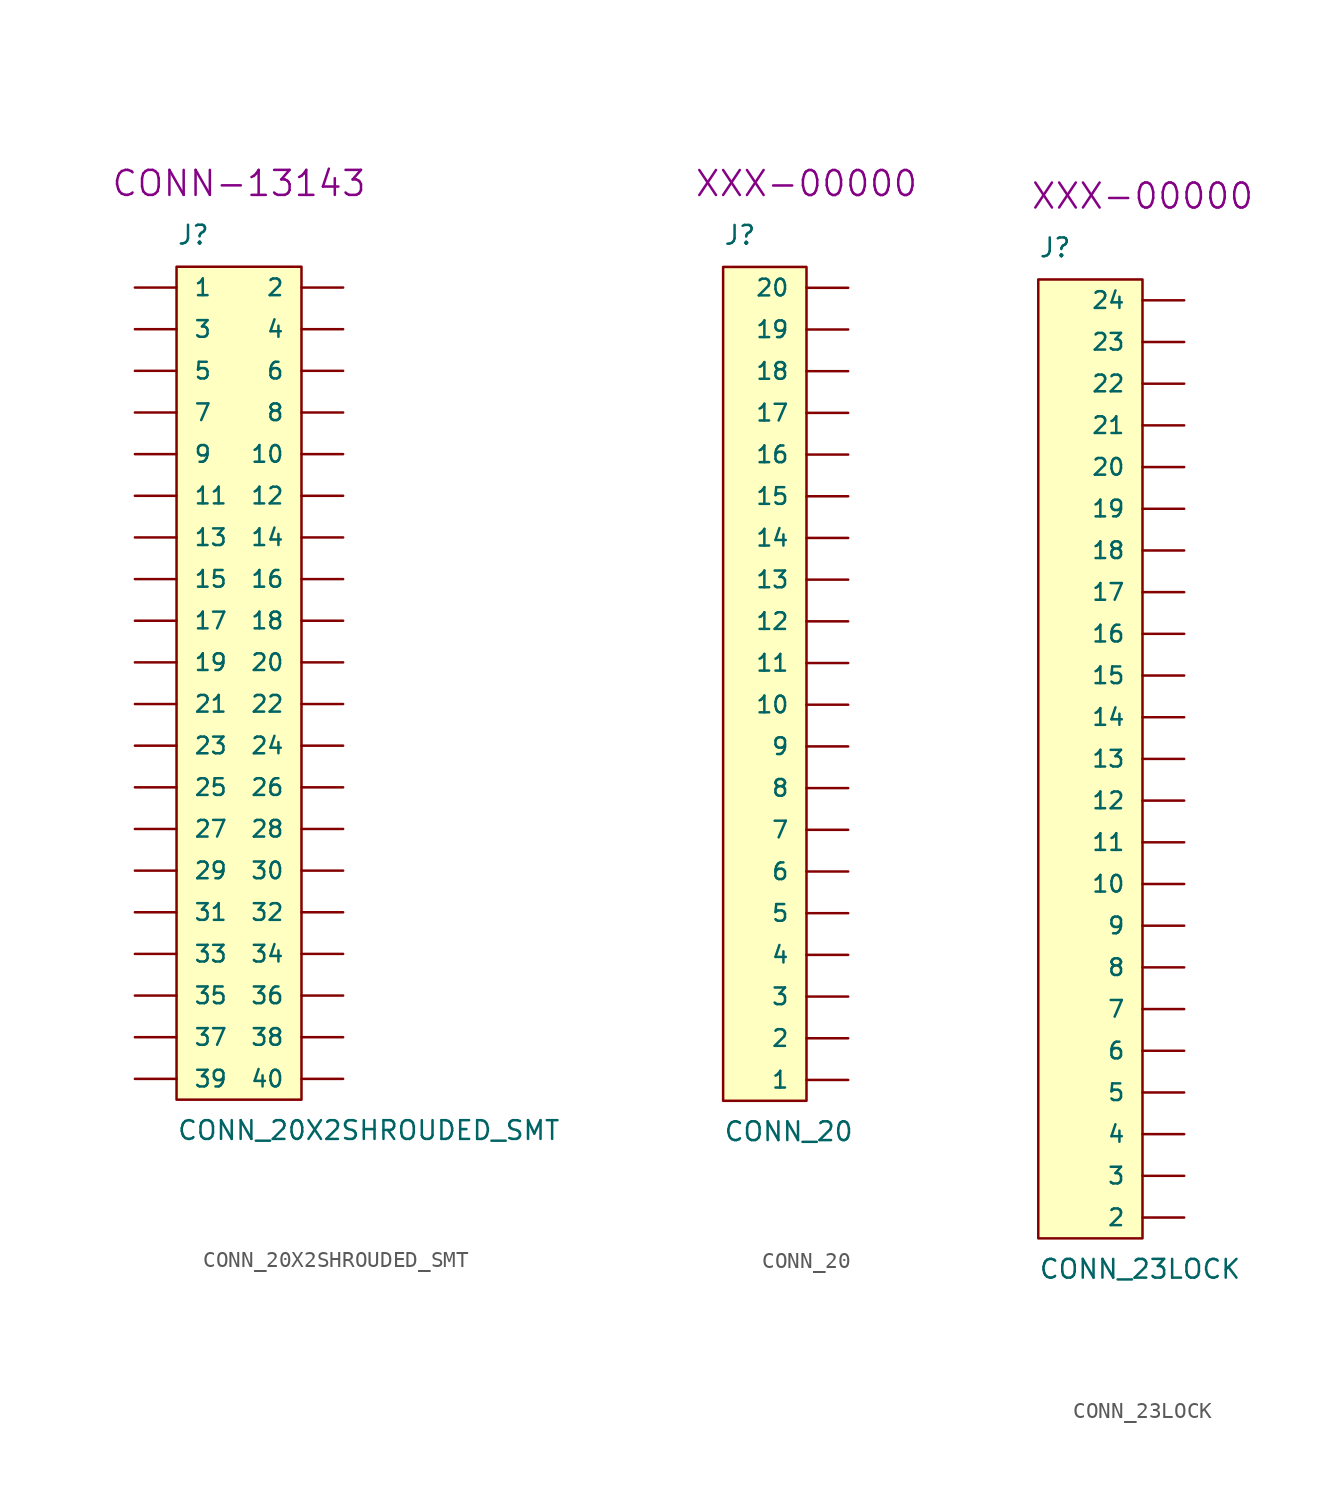
<source format=kicad_sym>
(kicad_symbol_lib
  (version 20220914)
  (generator kicad_symbol_editor)
  (symbol "CONN_20X2SHROUDED_SMT"
    (pin_numbers hide)
    (pin_names
      (offset 1.016))
    (property "Reference" "J"
      (at -3.81 26.67 0)
      (effects (font (size 1.143 1.143)) (justify left bottom)))
    (property "Value" "CONN_20X2SHROUDED_SMT"
      (at -3.81 -27.94 0)
      (effects (font (size 1.143 1.143)) (justify left bottom)))
    (property "Field4" "CONN-13143"
      (at 0 30.48 0)
      (effects (font (size 1.524 1.524))))
    (property "ki_locked" ""
      (at 0 0 0)
      (effects (font (size 1.27 1.27))))
    (symbol "CONN_20X2SHROUDED_SMT_0_1"
      (rectangle (start 3.81 -25.4) (end -3.81 25.4) (stroke (width 0) (type solid)) (fill (type background))))
    (symbol "CONN_20X2SHROUDED_SMT_1_1"
      (pin passive line (at -6.35 24.13 0) (length 2.54) (name "1" (effects (font (size 1.016 1.016)))) (number "1" (effects (font (size 1.016 1.016)))))
      (pin passive line (at 6.35 13.97 180) (length 2.54) (name "10" (effects (font (size 1.016 1.016)))) (number "10" (effects (font (size 1.016 1.016)))))
      (pin passive line (at -6.35 11.43 0) (length 2.54) (name "11" (effects (font (size 1.016 1.016)))) (number "11" (effects (font (size 1.016 1.016)))))
      (pin passive line (at 6.35 11.43 180) (length 2.54) (name "12" (effects (font (size 1.016 1.016)))) (number "12" (effects (font (size 1.016 1.016)))))
      (pin passive line (at -6.35 8.89 0) (length 2.54) (name "13" (effects (font (size 1.016 1.016)))) (number "13" (effects (font (size 1.016 1.016)))))
      (pin passive line (at 6.35 8.89 180) (length 2.54) (name "14" (effects (font (size 1.016 1.016)))) (number "14" (effects (font (size 1.016 1.016)))))
      (pin passive line (at -6.35 6.35 0) (length 2.54) (name "15" (effects (font (size 1.016 1.016)))) (number "15" (effects (font (size 1.016 1.016)))))
      (pin passive line (at 6.35 6.35 180) (length 2.54) (name "16" (effects (font (size 1.016 1.016)))) (number "16" (effects (font (size 1.016 1.016)))))
      (pin passive line (at -6.35 3.81 0) (length 2.54) (name "17" (effects (font (size 1.016 1.016)))) (number "17" (effects (font (size 1.016 1.016)))))
      (pin passive line (at 6.35 3.81 180) (length 2.54) (name "18" (effects (font (size 1.016 1.016)))) (number "18" (effects (font (size 1.016 1.016)))))
      (pin passive line (at -6.35 1.27 0) (length 2.54) (name "19" (effects (font (size 1.016 1.016)))) (number "19" (effects (font (size 1.016 1.016)))))
      (pin passive line (at 6.35 24.13 180) (length 2.54) (name "2" (effects (font (size 1.016 1.016)))) (number "2" (effects (font (size 1.016 1.016)))))
      (pin passive line (at 6.35 1.27 180) (length 2.54) (name "20" (effects (font (size 1.016 1.016)))) (number "20" (effects (font (size 1.016 1.016)))))
      (pin passive line (at -6.35 -1.27 0) (length 2.54) (name "21" (effects (font (size 1.016 1.016)))) (number "21" (effects (font (size 1.016 1.016)))))
      (pin passive line (at 6.35 -1.27 180) (length 2.54) (name "22" (effects (font (size 1.016 1.016)))) (number "22" (effects (font (size 1.016 1.016)))))
      (pin passive line (at -6.35 -3.81 0) (length 2.54) (name "23" (effects (font (size 1.016 1.016)))) (number "23" (effects (font (size 1.016 1.016)))))
      (pin passive line (at 6.35 -3.81 180) (length 2.54) (name "24" (effects (font (size 1.016 1.016)))) (number "24" (effects (font (size 1.016 1.016)))))
      (pin passive line (at -6.35 -6.35 0) (length 2.54) (name "25" (effects (font (size 1.016 1.016)))) (number "25" (effects (font (size 1.016 1.016)))))
      (pin passive line (at 6.35 -6.35 180) (length 2.54) (name "26" (effects (font (size 1.016 1.016)))) (number "26" (effects (font (size 1.016 1.016)))))
      (pin passive line (at -6.35 -8.89 0) (length 2.54) (name "27" (effects (font (size 1.016 1.016)))) (number "27" (effects (font (size 1.016 1.016)))))
      (pin passive line (at 6.35 -8.89 180) (length 2.54) (name "28" (effects (font (size 1.016 1.016)))) (number "28" (effects (font (size 1.016 1.016)))))
      (pin passive line (at -6.35 -11.43 0) (length 2.54) (name "29" (effects (font (size 1.016 1.016)))) (number "29" (effects (font (size 1.016 1.016)))))
      (pin passive line (at -6.35 21.59 0) (length 2.54) (name "3" (effects (font (size 1.016 1.016)))) (number "3" (effects (font (size 1.016 1.016)))))
      (pin passive line (at 6.35 -11.43 180) (length 2.54) (name "30" (effects (font (size 1.016 1.016)))) (number "30" (effects (font (size 1.016 1.016)))))
      (pin passive line (at -6.35 -13.97 0) (length 2.54) (name "31" (effects (font (size 1.016 1.016)))) (number "31" (effects (font (size 1.016 1.016)))))
      (pin passive line (at 6.35 -13.97 180) (length 2.54) (name "32" (effects (font (size 1.016 1.016)))) (number "32" (effects (font (size 1.016 1.016)))))
      (pin passive line (at -6.35 -16.51 0) (length 2.54) (name "33" (effects (font (size 1.016 1.016)))) (number "33" (effects (font (size 1.016 1.016)))))
      (pin passive line (at 6.35 -16.51 180) (length 2.54) (name "34" (effects (font (size 1.016 1.016)))) (number "34" (effects (font (size 1.016 1.016)))))
      (pin passive line (at -6.35 -19.05 0) (length 2.54) (name "35" (effects (font (size 1.016 1.016)))) (number "35" (effects (font (size 1.016 1.016)))))
      (pin passive line (at 6.35 -19.05 180) (length 2.54) (name "36" (effects (font (size 1.016 1.016)))) (number "36" (effects (font (size 1.016 1.016)))))
      (pin passive line (at -6.35 -21.59 0) (length 2.54) (name "37" (effects (font (size 1.016 1.016)))) (number "37" (effects (font (size 1.016 1.016)))))
      (pin passive line (at 6.35 -21.59 180) (length 2.54) (name "38" (effects (font (size 1.016 1.016)))) (number "38" (effects (font (size 1.016 1.016)))))
      (pin passive line (at -6.35 -24.13 0) (length 2.54) (name "39" (effects (font (size 1.016 1.016)))) (number "39" (effects (font (size 1.016 1.016)))))
      (pin passive line (at 6.35 21.59 180) (length 2.54) (name "4" (effects (font (size 1.016 1.016)))) (number "4" (effects (font (size 1.016 1.016)))))
      (pin passive line (at 6.35 -24.13 180) (length 2.54) (name "40" (effects (font (size 1.016 1.016)))) (number "40" (effects (font (size 1.016 1.016)))))
      (pin passive line (at -6.35 19.05 0) (length 2.54) (name "5" (effects (font (size 1.016 1.016)))) (number "5" (effects (font (size 1.016 1.016)))))
      (pin passive line (at 6.35 19.05 180) (length 2.54) (name "6" (effects (font (size 1.016 1.016)))) (number "6" (effects (font (size 1.016 1.016)))))
      (pin passive line (at -6.35 16.51 0) (length 2.54) (name "7" (effects (font (size 1.016 1.016)))) (number "7" (effects (font (size 1.016 1.016)))))
      (pin passive line (at 6.35 16.51 180) (length 2.54) (name "8" (effects (font (size 1.016 1.016)))) (number "8" (effects (font (size 1.016 1.016)))))
      (pin passive line (at -6.35 13.97 0) (length 2.54) (name "9" (effects (font (size 1.016 1.016)))) (number "9" (effects (font (size 1.016 1.016)))))))
  (symbol "CONN_20"
    (pin_numbers hide)
    (pin_names
      (offset 1.016))
    (property "Reference" "J"
      (at -5.08 50.8 0)
      (effects (font (size 1.143 1.143)) (justify left bottom)))
    (property "Value" "CONN_20"
      (at -5.08 -3.81 0)
      (effects (font (size 1.143 1.143)) (justify left bottom)))
    (property "Field4" "XXX-00000"
      (at 0 54.61 0)
      (effects (font (size 1.524 1.524))))
    (property "ki_locked" ""
      (at 0 0 0)
      (effects (font (size 1.27 1.27))))
    (symbol "CONN_20_0_1"
      (rectangle (start 0 -1.27) (end -5.08 49.53) (stroke (width 0) (type solid)) (fill (type background))))
    (symbol "CONN_20_1_1"
      (pin passive line (at 2.54 0 180) (length 2.54) (name "1" (effects (font (size 1.016 1.016)))) (number "1" (effects (font (size 1.016 1.016)))))
      (pin passive line (at 2.54 22.86 180) (length 2.54) (name "10" (effects (font (size 1.016 1.016)))) (number "10" (effects (font (size 1.016 1.016)))))
      (pin passive line (at 2.54 25.4 180) (length 2.54) (name "11" (effects (font (size 1.016 1.016)))) (number "11" (effects (font (size 1.016 1.016)))))
      (pin passive line (at 2.54 27.94 180) (length 2.54) (name "12" (effects (font (size 1.016 1.016)))) (number "12" (effects (font (size 1.016 1.016)))))
      (pin passive line (at 2.54 30.48 180) (length 2.54) (name "13" (effects (font (size 1.016 1.016)))) (number "13" (effects (font (size 1.016 1.016)))))
      (pin passive line (at 2.54 33.02 180) (length 2.54) (name "14" (effects (font (size 1.016 1.016)))) (number "14" (effects (font (size 1.016 1.016)))))
      (pin passive line (at 2.54 35.56 180) (length 2.54) (name "15" (effects (font (size 1.016 1.016)))) (number "15" (effects (font (size 1.016 1.016)))))
      (pin passive line (at 2.54 38.1 180) (length 2.54) (name "16" (effects (font (size 1.016 1.016)))) (number "16" (effects (font (size 1.016 1.016)))))
      (pin passive line (at 2.54 40.64 180) (length 2.54) (name "17" (effects (font (size 1.016 1.016)))) (number "17" (effects (font (size 1.016 1.016)))))
      (pin passive line (at 2.54 43.18 180) (length 2.54) (name "18" (effects (font (size 1.016 1.016)))) (number "18" (effects (font (size 1.016 1.016)))))
      (pin passive line (at 2.54 45.72 180) (length 2.54) (name "19" (effects (font (size 1.016 1.016)))) (number "19" (effects (font (size 1.016 1.016)))))
      (pin passive line (at 2.54 2.54 180) (length 2.54) (name "2" (effects (font (size 1.016 1.016)))) (number "2" (effects (font (size 1.016 1.016)))))
      (pin passive line (at 2.54 48.26 180) (length 2.54) (name "20" (effects (font (size 1.016 1.016)))) (number "20" (effects (font (size 1.016 1.016)))))
      (pin passive line (at 2.54 5.08 180) (length 2.54) (name "3" (effects (font (size 1.016 1.016)))) (number "3" (effects (font (size 1.016 1.016)))))
      (pin passive line (at 2.54 7.62 180) (length 2.54) (name "4" (effects (font (size 1.016 1.016)))) (number "4" (effects (font (size 1.016 1.016)))))
      (pin passive line (at 2.54 10.16 180) (length 2.54) (name "5" (effects (font (size 1.016 1.016)))) (number "5" (effects (font (size 1.016 1.016)))))
      (pin passive line (at 2.54 12.7 180) (length 2.54) (name "6" (effects (font (size 1.016 1.016)))) (number "6" (effects (font (size 1.016 1.016)))))
      (pin passive line (at 2.54 15.24 180) (length 2.54) (name "7" (effects (font (size 1.016 1.016)))) (number "7" (effects (font (size 1.016 1.016)))))
      (pin passive line (at 2.54 17.78 180) (length 2.54) (name "8" (effects (font (size 1.016 1.016)))) (number "8" (effects (font (size 1.016 1.016)))))
      (pin passive line (at 2.54 20.32 180) (length 2.54) (name "9" (effects (font (size 1.016 1.016)))) (number "9" (effects (font (size 1.016 1.016)))))))
  (symbol "CONN_23LOCK"
    (pin_numbers hide)
    (pin_names
      (offset 1.016))
    (property "Reference" "J"
      (at -6.35 58.42 0)
      (effects (font (size 1.143 1.143)) (justify left bottom)))
    (property "Value" "CONN_23LOCK"
      (at -6.35 -3.81 0)
      (effects (font (size 1.143 1.143)) (justify left bottom)))
    (property "Field4" "XXX-00000"
      (at 0 62.23 0)
      (effects (font (size 1.524 1.524))))
    (property "ki_locked" ""
      (at 0 0 0)
      (effects (font (size 1.27 1.27))))
    (symbol "CONN_23LOCK_0_1"
      (rectangle (start 0 -1.27) (end -6.35 57.15) (stroke (width 0) (type solid)) (fill (type background))))
    (symbol "CONN_23LOCK_1_1"
      (pin passive line (at 2.54 20.32 180) (length 2.54) (name "10" (effects (font (size 1.016 1.016)))) (number "10" (effects (font (size 1.016 1.016)))))
      (pin passive line (at 2.54 22.86 180) (length 2.54) (name "11" (effects (font (size 1.016 1.016)))) (number "11" (effects (font (size 1.016 1.016)))))
      (pin passive line (at 2.54 25.4 180) (length 2.54) (name "12" (effects (font (size 1.016 1.016)))) (number "12" (effects (font (size 1.016 1.016)))))
      (pin passive line (at 2.54 27.94 180) (length 2.54) (name "13" (effects (font (size 1.016 1.016)))) (number "13" (effects (font (size 1.016 1.016)))))
      (pin passive line (at 2.54 30.48 180) (length 2.54) (name "14" (effects (font (size 1.016 1.016)))) (number "14" (effects (font (size 1.016 1.016)))))
      (pin passive line (at 2.54 33.02 180) (length 2.54) (name "15" (effects (font (size 1.016 1.016)))) (number "15" (effects (font (size 1.016 1.016)))))
      (pin passive line (at 2.54 35.56 180) (length 2.54) (name "16" (effects (font (size 1.016 1.016)))) (number "16" (effects (font (size 1.016 1.016)))))
      (pin passive line (at 2.54 38.1 180) (length 2.54) (name "17" (effects (font (size 1.016 1.016)))) (number "17" (effects (font (size 1.016 1.016)))))
      (pin passive line (at 2.54 40.64 180) (length 2.54) (name "18" (effects (font (size 1.016 1.016)))) (number "18" (effects (font (size 1.016 1.016)))))
      (pin passive line (at 2.54 43.18 180) (length 2.54) (name "19" (effects (font (size 1.016 1.016)))) (number "19" (effects (font (size 1.016 1.016)))))
      (pin passive line (at 2.54 0 180) (length 2.54) (name "2" (effects (font (size 1.016 1.016)))) (number "2" (effects (font (size 1.016 1.016)))))
      (pin passive line (at 2.54 45.72 180) (length 2.54) (name "20" (effects (font (size 1.016 1.016)))) (number "20" (effects (font (size 1.016 1.016)))))
      (pin passive line (at 2.54 48.26 180) (length 2.54) (name "21" (effects (font (size 1.016 1.016)))) (number "21" (effects (font (size 1.016 1.016)))))
      (pin passive line (at 2.54 50.8 180) (length 2.54) (name "22" (effects (font (size 1.016 1.016)))) (number "22" (effects (font (size 1.016 1.016)))))
      (pin passive line (at 2.54 53.34 180) (length 2.54) (name "23" (effects (font (size 1.016 1.016)))) (number "23" (effects (font (size 1.016 1.016)))))
      (pin passive line (at 2.54 55.88 180) (length 2.54) (name "24" (effects (font (size 1.016 1.016)))) (number "24" (effects (font (size 1.016 1.016)))))
      (pin passive line (at 2.54 2.54 180) (length 2.54) (name "3" (effects (font (size 1.016 1.016)))) (number "3" (effects (font (size 1.016 1.016)))))
      (pin passive line (at 2.54 5.08 180) (length 2.54) (name "4" (effects (font (size 1.016 1.016)))) (number "4" (effects (font (size 1.016 1.016)))))
      (pin passive line (at 2.54 7.62 180) (length 2.54) (name "5" (effects (font (size 1.016 1.016)))) (number "5" (effects (font (size 1.016 1.016)))))
      (pin passive line (at 2.54 10.16 180) (length 2.54) (name "6" (effects (font (size 1.016 1.016)))) (number "6" (effects (font (size 1.016 1.016)))))
      (pin passive line (at 2.54 12.7 180) (length 2.54) (name "7" (effects (font (size 1.016 1.016)))) (number "7" (effects (font (size 1.016 1.016)))))
      (pin passive line (at 2.54 15.24 180) (length 2.54) (name "8" (effects (font (size 1.016 1.016)))) (number "8" (effects (font (size 1.016 1.016)))))
      (pin passive line (at 2.54 17.78 180) (length 2.54) (name "9" (effects (font (size 1.016 1.016)))) (number "9" (effects (font (size 1.016 1.016))))))))
</source>
